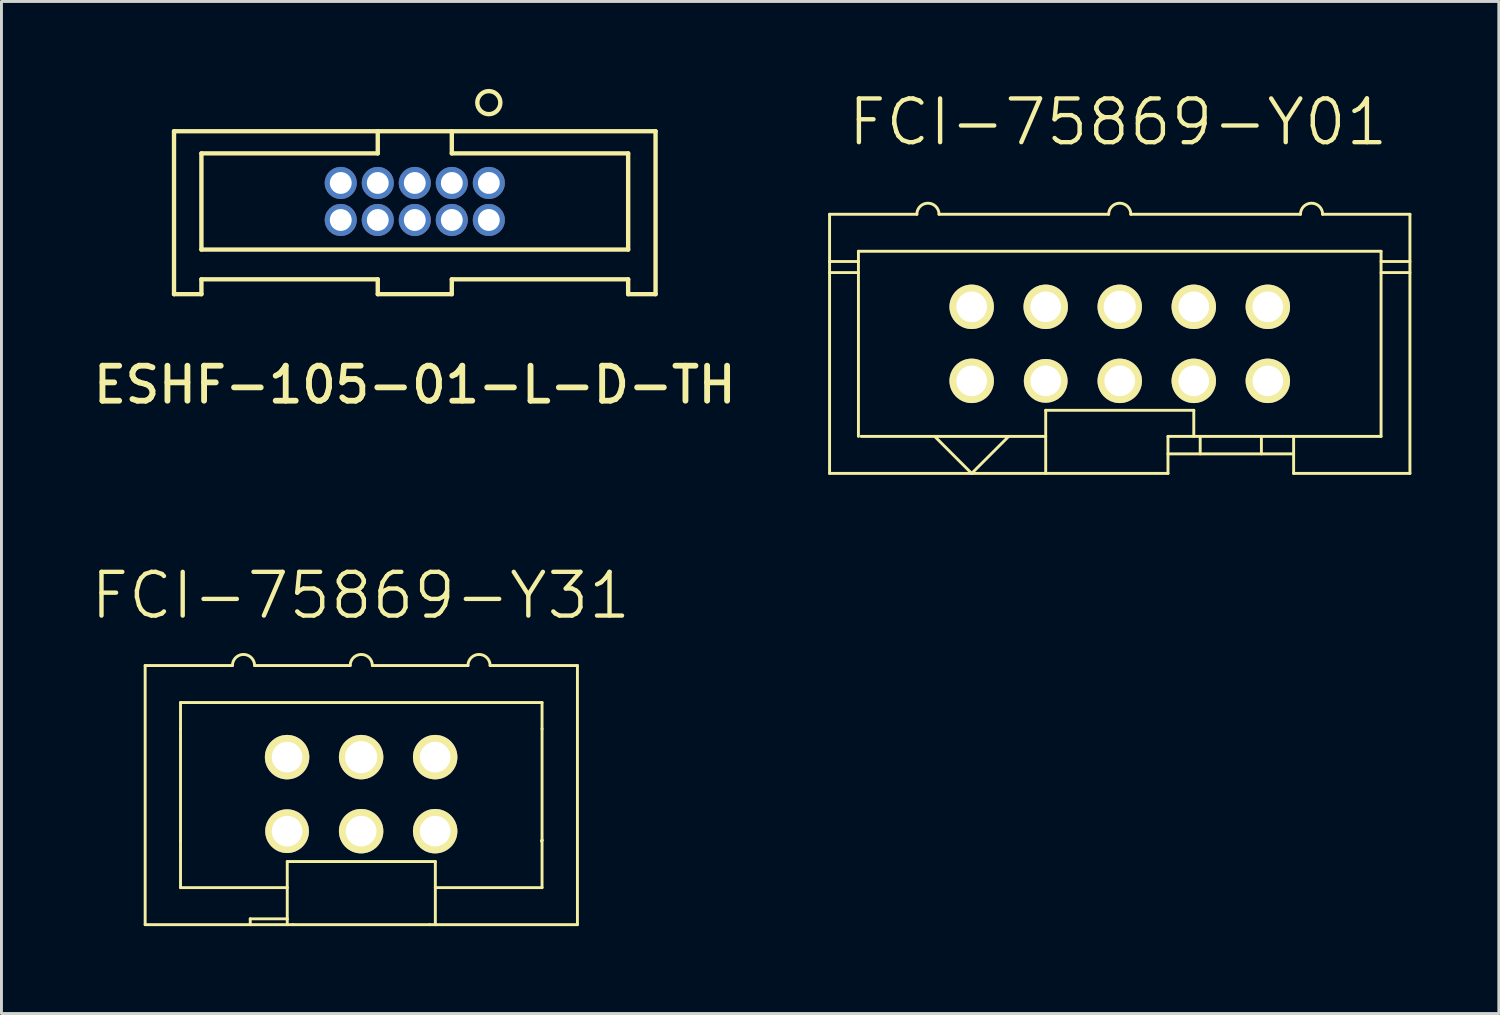
<source format=kicad_pcb>
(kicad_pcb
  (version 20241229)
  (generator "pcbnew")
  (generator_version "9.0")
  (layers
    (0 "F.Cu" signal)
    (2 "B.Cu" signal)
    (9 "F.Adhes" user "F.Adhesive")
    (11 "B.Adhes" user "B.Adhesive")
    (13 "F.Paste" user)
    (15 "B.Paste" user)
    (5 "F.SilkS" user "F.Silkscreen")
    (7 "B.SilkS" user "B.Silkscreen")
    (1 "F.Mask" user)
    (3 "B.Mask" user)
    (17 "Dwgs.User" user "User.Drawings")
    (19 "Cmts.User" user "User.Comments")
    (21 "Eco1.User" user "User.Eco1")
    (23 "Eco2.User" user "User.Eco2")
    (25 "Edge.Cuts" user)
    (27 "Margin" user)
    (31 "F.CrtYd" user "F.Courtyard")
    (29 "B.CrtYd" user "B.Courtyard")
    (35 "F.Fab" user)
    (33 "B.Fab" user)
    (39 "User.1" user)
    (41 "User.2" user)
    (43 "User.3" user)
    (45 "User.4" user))
  (footprint "FCI-75869-Y31"
    (layer "F.Cu")
    (at 9.339 24.195)
    (property "Reference" "FCI-75869-Y31" (at -0.014 -6.813 0) (layer "F.SilkS") (effects (font (size 1.5 1.5) (thickness 0.15))))
    (attr through_hole)
    (fp_line (start -7.409 -4.413) (end -7.409 4.477) (stroke (width 0.1) (type solid)) (layer "F.SilkS"))
    (fp_line (start -6.196 -3.143) (end 6.207 -3.143) (stroke (width 0.1) (type solid)) (layer "F.SilkS"))
    (fp_line (start -6.196 -2.247) (end -6.196 -3.143) (stroke (width 0.1) (type solid)) (layer "F.SilkS"))
    (fp_line (start -6.196 -2.247) (end -6.196 1.591) (stroke (width 0.1) (type solid)) (layer "F.SilkS"))
    (fp_line (start -6.196 3.207) (end -6.196 1.591) (stroke (width 0.1) (type solid)) (layer "F.SilkS"))
    (fp_line (start -6.196 3.207) (end -2.534 3.207) (stroke (width 0.1) (type solid)) (layer "F.SilkS"))
    (fp_line (start -4.414 -4.413) (end -7.409 -4.413) (stroke (width 0.1) (type solid)) (layer "F.SilkS"))
    (fp_line (start -3.804 4.277) (end -2.534 4.277) (stroke (width 0.1) (type solid)) (layer "F.SilkS"))
    (fp_line (start -3.804 4.477) (end -7.409 4.477) (stroke (width 0.1) (type solid)) (layer "F.SilkS"))
    (fp_line (start -3.804 4.477) (end -3.804 4.277) (stroke (width 0.1) (type solid)) (layer "F.SilkS"))
    (fp_line (start -3.804 4.477) (end -2.534 4.477) (stroke (width 0.1) (type solid)) (layer "F.SilkS"))
    (fp_line (start -2.534 2.312) (end 2.546 2.312) (stroke (width 0.1) (type solid)) (layer "F.SilkS"))
    (fp_line (start -2.534 3.207) (end -2.534 2.312) (stroke (width 0.1) (type solid)) (layer "F.SilkS"))
    (fp_line (start -2.534 4.277) (end -2.534 3.207) (stroke (width 0.1) (type solid)) (layer "F.SilkS"))
    (fp_line (start -2.534 4.477) (end -2.534 4.277) (stroke (width 0.1) (type solid)) (layer "F.SilkS"))
    (fp_line (start -2.534 4.477) (end -2.334 4.477) (stroke (width 0.1) (type solid)) (layer "F.SilkS"))
    (fp_line (start -2.334 4.477) (end 2.346 4.477) (stroke (width 0.1) (type solid)) (layer "F.SilkS"))
    (fp_line (start -0.374 -4.413) (end -3.654 -4.413) (stroke (width 0.1) (type solid)) (layer "F.SilkS"))
    (fp_line (start 2.346 4.477) (end 2.546 4.477) (stroke (width 0.1) (type solid)) (layer "F.SilkS"))
    (fp_line (start 2.546 3.207) (end 2.546 2.312) (stroke (width 0.1) (type solid)) (layer "F.SilkS"))
    (fp_line (start 2.546 3.207) (end 6.207 3.207) (stroke (width 0.1) (type solid)) (layer "F.SilkS"))
    (fp_line (start 2.546 4.477) (end 2.546 3.207) (stroke (width 0.1) (type solid)) (layer "F.SilkS"))
    (fp_line (start 3.666 -4.413) (end 0.386 -4.413) (stroke (width 0.1) (type solid)) (layer "F.SilkS"))
    (fp_line (start 6.207 -2.237) (end 6.207 -3.143) (stroke (width 0.1) (type solid)) (layer "F.SilkS"))
    (fp_line (start 6.207 -2.237) (end 6.207 1.581) (stroke (width 0.1) (type solid)) (layer "F.SilkS"))
    (fp_line (start 6.207 1.581) (end 6.189 1.612) (stroke (width 0.1) (type solid)) (layer "F.SilkS"))
    (fp_line (start 6.207 3.207) (end 6.207 1.581) (stroke (width 0.1) (type solid)) (layer "F.SilkS"))
    (fp_line (start 7.421 -4.413) (end 4.426 -4.413) (stroke (width 0.1) (type solid)) (layer "F.SilkS"))
    (fp_line (start 7.421 -4.413) (end 7.421 4.477) (stroke (width 0.1) (type solid)) (layer "F.SilkS"))
    (fp_line (start 7.421 4.477) (end 2.546 4.477) (stroke (width 0.1) (type solid)) (layer "F.SilkS"))
    (fp_arc (start -4.414476 -4.413047) (mid -4.034476 -4.793047) (end -3.654476 -4.413047) (stroke (width 0.1) (type solid)) (layer "F.SilkS"))
    (fp_arc (start -0.374476 -4.413047) (mid 0.005524 -4.793047) (end 0.385524 -4.413047) (stroke (width 0.1) (type solid)) (layer "F.SilkS"))
    (fp_arc (start 3.665524 -4.413047) (mid 4.045524 -4.793047) (end 4.425524 -4.413047) (stroke (width 0.1) (type solid)) (layer "F.SilkS"))
    (pad "1" thru_hole circle (at -2.54 1.27) (size 1.5 1.5) (drill 1.05) (layers "*.Cu" "*.Mask" "F.SilkS"))
    (pad "2" thru_hole circle (at -2.54 -1.27) (size 1.524 1.524) (drill 1.05) (layers "*.Cu" "*.Mask" "F.SilkS"))
    (pad "3" thru_hole circle (at 0 1.27) (size 1.524 1.524) (drill 1.05) (layers "*.Cu" "*.Mask" "F.SilkS"))
    (pad "4" thru_hole circle (at 0 -1.27) (size 1.524 1.524) (drill 1.1) (layers "*.Cu" "*.Mask" "F.SilkS"))
    (pad "5" thru_hole circle (at 2.54 1.27) (size 1.524 1.524) (drill 1.05) (layers "*.Cu" "*.Mask" "F.SilkS"))
    (pad "6" thru_hole circle (at 2.54 -1.27) (size 1.524 1.524) (drill 1.05) (layers "*.Cu" "*.Mask" "F.SilkS")))
  (footprint "FCI-75869-Y01"
    (layer "F.Cu")
    (at 35.365 8.746)
    (property "Reference" "FCI-75869-Y01" (at -0.056 -7.605 0) (layer "F.SilkS") (effects (font (size 1.5 1.5) (thickness 0.15))))
    (attr through_hole)
    (fp_line (start -9.955 -4.445) (end -9.955 4.445) (stroke (width 0.1) (type solid)) (layer "F.SilkS"))
    (fp_line (start -9.955 -4.445) (end -6.96 -4.445) (stroke (width 0.1) (type solid)) (layer "F.SilkS"))
    (fp_line (start -9.955 -2.445) (end -8.965 -2.445) (stroke (width 0.1) (type solid)) (layer "F.SilkS"))
    (fp_line (start -8.965 -3.175) (end -8.965 3.175) (stroke (width 0.1) (type solid)) (layer "F.SilkS"))
    (fp_line (start -8.965 -2.825) (end -9.955 -2.825) (stroke (width 0.1) (type solid)) (layer "F.SilkS"))
    (fp_line (start -8.874 3.175) (end -2.54 3.175) (stroke (width 0.1) (type solid)) (layer "F.SilkS"))
    (fp_line (start -6.2 -4.445) (end -0.38 -4.445) (stroke (width 0.1) (type solid)) (layer "F.SilkS"))
    (fp_line (start -5.08 4.445) (end -6.35 3.175) (stroke (width 0.1) (type solid)) (layer "F.SilkS"))
    (fp_line (start -5.08 4.445) (end -3.81 3.175) (stroke (width 0.1) (type solid)) (layer "F.SilkS"))
    (fp_line (start -2.54 2.28) (end -2.54 4.445) (stroke (width 0.1) (type solid)) (layer "F.SilkS"))
    (fp_line (start -2.54 2.28) (end 2.54 2.28) (stroke (width 0.1) (type solid)) (layer "F.SilkS"))
    (fp_line (start 0.38 -4.445) (end 6.2 -4.445) (stroke (width 0.1) (type solid)) (layer "F.SilkS"))
    (fp_line (start 1.655 3.175) (end 1.655 4.445) (stroke (width 0.1) (type solid)) (layer "F.SilkS"))
    (fp_line (start 1.655 3.175) (end 8.965 3.175) (stroke (width 0.1) (type solid)) (layer "F.SilkS"))
    (fp_line (start 1.655 4.445) (end -9.955 4.445) (stroke (width 0.1) (type solid)) (layer "F.SilkS"))
    (fp_line (start 2.54 2.28) (end 2.54 3.175) (stroke (width 0.1) (type solid)) (layer "F.SilkS"))
    (fp_line (start 2.76 3.175) (end 2.76 3.775) (stroke (width 0.1) (type solid)) (layer "F.SilkS"))
    (fp_line (start 4.86 3.175) (end 4.86 3.775) (stroke (width 0.1) (type solid)) (layer "F.SilkS"))
    (fp_line (start 5.965 3.775) (end 1.655 3.775) (stroke (width 0.1) (type solid)) (layer "F.SilkS"))
    (fp_line (start 5.965 4.445) (end 5.965 3.175) (stroke (width 0.1) (type solid)) (layer "F.SilkS"))
    (fp_line (start 6.96 -4.445) (end 9.955 -4.445) (stroke (width 0.1) (type solid)) (layer "F.SilkS"))
    (fp_line (start 8.965 -3.175) (end -8.965 -3.175) (stroke (width 0.1) (type solid)) (layer "F.SilkS"))
    (fp_line (start 8.965 3.175) (end 8.965 -3.175) (stroke (width 0.1) (type solid)) (layer "F.SilkS"))
    (fp_line (start 9.955 -4.445) (end 9.955 4.445) (stroke (width 0.1) (type solid)) (layer "F.SilkS"))
    (fp_line (start 9.955 -2.825) (end 8.965 -2.825) (stroke (width 0.1) (type solid)) (layer "F.SilkS"))
    (fp_line (start 9.955 -2.445) (end 8.965 -2.445) (stroke (width 0.1) (type solid)) (layer "F.SilkS"))
    (fp_line (start 9.955 4.445) (end 5.965 4.445) (stroke (width 0.1) (type solid)) (layer "F.SilkS"))
    (fp_arc (start -6.96 -4.445) (mid -6.58 -4.825) (end -6.2 -4.445) (stroke (width 0.1) (type solid)) (layer "F.SilkS"))
    (fp_arc (start -0.38 -4.445) (mid 0 -4.825) (end 0.38 -4.445) (stroke (width 0.1) (type solid)) (layer "F.SilkS"))
    (fp_arc (start 6.2 -4.445) (mid 6.58 -4.825) (end 6.96 -4.445) (stroke (width 0.1) (type solid)) (layer "F.SilkS"))
    (pad "1" thru_hole circle (at -5.08 1.27) (size 1.524 1.524) (drill 1.05) (layers "*.Cu" "*.Mask" "F.SilkS"))
    (pad "2" thru_hole circle (at -5.08 -1.27) (size 1.524 1.524) (drill 1.05) (layers "*.Cu" "*.Mask" "F.SilkS"))
    (pad "3" thru_hole circle (at -2.54 1.27) (size 1.5 1.5) (drill 1.05) (layers "*.Cu" "*.Mask" "F.SilkS"))
    (pad "4" thru_hole circle (at -2.54 -1.27) (size 1.524 1.524) (drill 1.05) (layers "*.Cu" "*.Mask" "F.SilkS"))
    (pad "5" thru_hole circle (at 0 1.27) (size 1.524 1.524) (drill 1.05) (layers "*.Cu" "*.Mask" "F.SilkS"))
    (pad "6" thru_hole circle (at 0 -1.27) (size 1.524 1.524) (drill 1.1) (layers "*.Cu" "*.Mask" "F.SilkS"))
    (pad "7" thru_hole circle (at 2.54 1.27) (size 1.524 1.524) (drill 1.05) (layers "*.Cu" "*.Mask" "F.SilkS"))
    (pad "8" thru_hole circle (at 2.54 -1.27) (size 1.524 1.524) (drill 1.05) (layers "*.Cu" "*.Mask" "F.SilkS"))
    (pad "9" thru_hole circle (at 5.08 1.27) (size 1.524 1.524) (drill 1.05) (layers "*.Cu" "*.Mask" "F.SilkS"))
    (pad "10" thru_hole circle (at 5.08 -1.27) (size 1.524 1.524) (drill 1.05) (layers "*.Cu" "*.Mask" "F.SilkS")))
  (footprint "ESHF-105-01-L-D-TH"
    (layer "F.Cu")
    (at 11.18 3.862)
    (property "Reference" "ESHF-105-01-L-D-TH" (at 0 6.29 0) (layer "F.SilkS") (effects (font (size 1.2 1.2) (thickness 0.2))))
    (attr through_hole)
    (fp_line (start -8.26 -2.41) (end 8.26 -2.41) (stroke (width 0.15) (type solid)) (layer "F.SilkS"))
    (fp_line (start -8.26 3.18) (end -8.26 -2.41) (stroke (width 0.15) (type solid)) (layer "F.SilkS"))
    (fp_line (start -7.32 -1.65) (end -7.32 1.65) (stroke (width 0.15) (type solid)) (layer "F.SilkS"))
    (fp_line (start -7.32 1.65) (end 7.32 1.65) (stroke (width 0.15) (type solid)) (layer "F.SilkS"))
    (fp_line (start -7.32 2.67) (end -7.32 3.18) (stroke (width 0.15) (type solid)) (layer "F.SilkS"))
    (fp_line (start -7.32 3.18) (end -8.26 3.18) (stroke (width 0.15) (type solid)) (layer "F.SilkS"))
    (fp_line (start -1.27 -1.65) (end -7.32 -1.65) (stroke (width 0.15) (type solid)) (layer "F.SilkS"))
    (fp_line (start -1.27 -1.65) (end -1.27 -2.41) (stroke (width 0.15) (type solid)) (layer "F.SilkS"))
    (fp_line (start -1.27 2.67) (end -7.32 2.67) (stroke (width 0.15) (type solid)) (layer "F.SilkS"))
    (fp_line (start -1.27 2.67) (end -1.27 3.18) (stroke (width 0.15) (type solid)) (layer "F.SilkS"))
    (fp_line (start 1.27 -2.41) (end 1.27 -1.65) (stroke (width 0.15) (type solid)) (layer "F.SilkS"))
    (fp_line (start 1.27 -1.65) (end 7.32 -1.65) (stroke (width 0.15) (type solid)) (layer "F.SilkS"))
    (fp_line (start 1.27 2.67) (end 1.269 3.18) (stroke (width 0.15) (type solid)) (layer "F.SilkS"))
    (fp_line (start 1.27 3.18) (end -1.27 3.18) (stroke (width 0.15) (type solid)) (layer "F.SilkS"))
    (fp_line (start 7.32 1.65) (end 7.32 -1.65) (stroke (width 0.15) (type solid)) (layer "F.SilkS"))
    (fp_line (start 7.32 2.67) (end 1.27 2.67) (stroke (width 0.15) (type solid)) (layer "F.SilkS"))
    (fp_line (start 7.32 2.67) (end 7.32 3.18) (stroke (width 0.15) (type solid)) (layer "F.SilkS"))
    (fp_line (start 8.26 -2.41) (end 8.26 3.18) (stroke (width 0.15) (type solid)) (layer "F.SilkS"))
    (fp_line (start 8.26 3.18) (end 7.32 3.18) (stroke (width 0.15) (type solid)) (layer "F.SilkS"))
    (fp_circle (center 2.54 -3.391) (end 2.6 -3) (stroke (width 0.15) (type solid)) (fill no) (layer "F.SilkS"))
    (pad "1" thru_hole circle (at 2.54 -0.635) (size 1.1 1.1) (drill 0.75) (layers "*.Cu" "*.Mask"))
    (pad "2" thru_hole circle (at 2.54 0.635) (size 1.1 1.1) (drill 0.75) (layers "*.Cu" "*.Mask"))
    (pad "3" thru_hole circle (at 1.27 -0.635) (size 1.1 1.1) (drill 0.75) (layers "*.Cu" "*.Mask"))
    (pad "4" thru_hole circle (at 1.27 0.635) (size 1.1 1.1) (drill 0.75) (layers "*.Cu" "*.Mask"))
    (pad "5" thru_hole circle (at 0 -0.635) (size 1.1 1.1) (drill 0.75) (layers "*.Cu" "*.Mask"))
    (pad "6" thru_hole circle (at 0 0.635) (size 1.1 1.1) (drill 0.75) (layers "*.Cu" "*.Mask"))
    (pad "7" thru_hole circle (at -1.27 -0.635) (size 1.1 1.1) (drill 0.75) (layers "*.Cu" "*.Mask"))
    (pad "8" thru_hole circle (at -1.27 0.635) (size 1.1 1.1) (drill 0.75) (layers "*.Cu" "*.Mask"))
    (pad "9" thru_hole circle (at -2.54 -0.635) (size 1.1 1.1) (drill 0.75) (layers "*.Cu" "*.Mask"))
    (pad "10" thru_hole circle (at -2.54 0.635) (size 1.1 1.1) (drill 0.75) (layers "*.Cu" "*.Mask")))
  (gr_rect
    (start -3 -3)
    (end 48.37 31.721)
    (stroke (width 0.1) (type default))
    (fill no)
    (layer "Edge.Cuts")))
</source>
